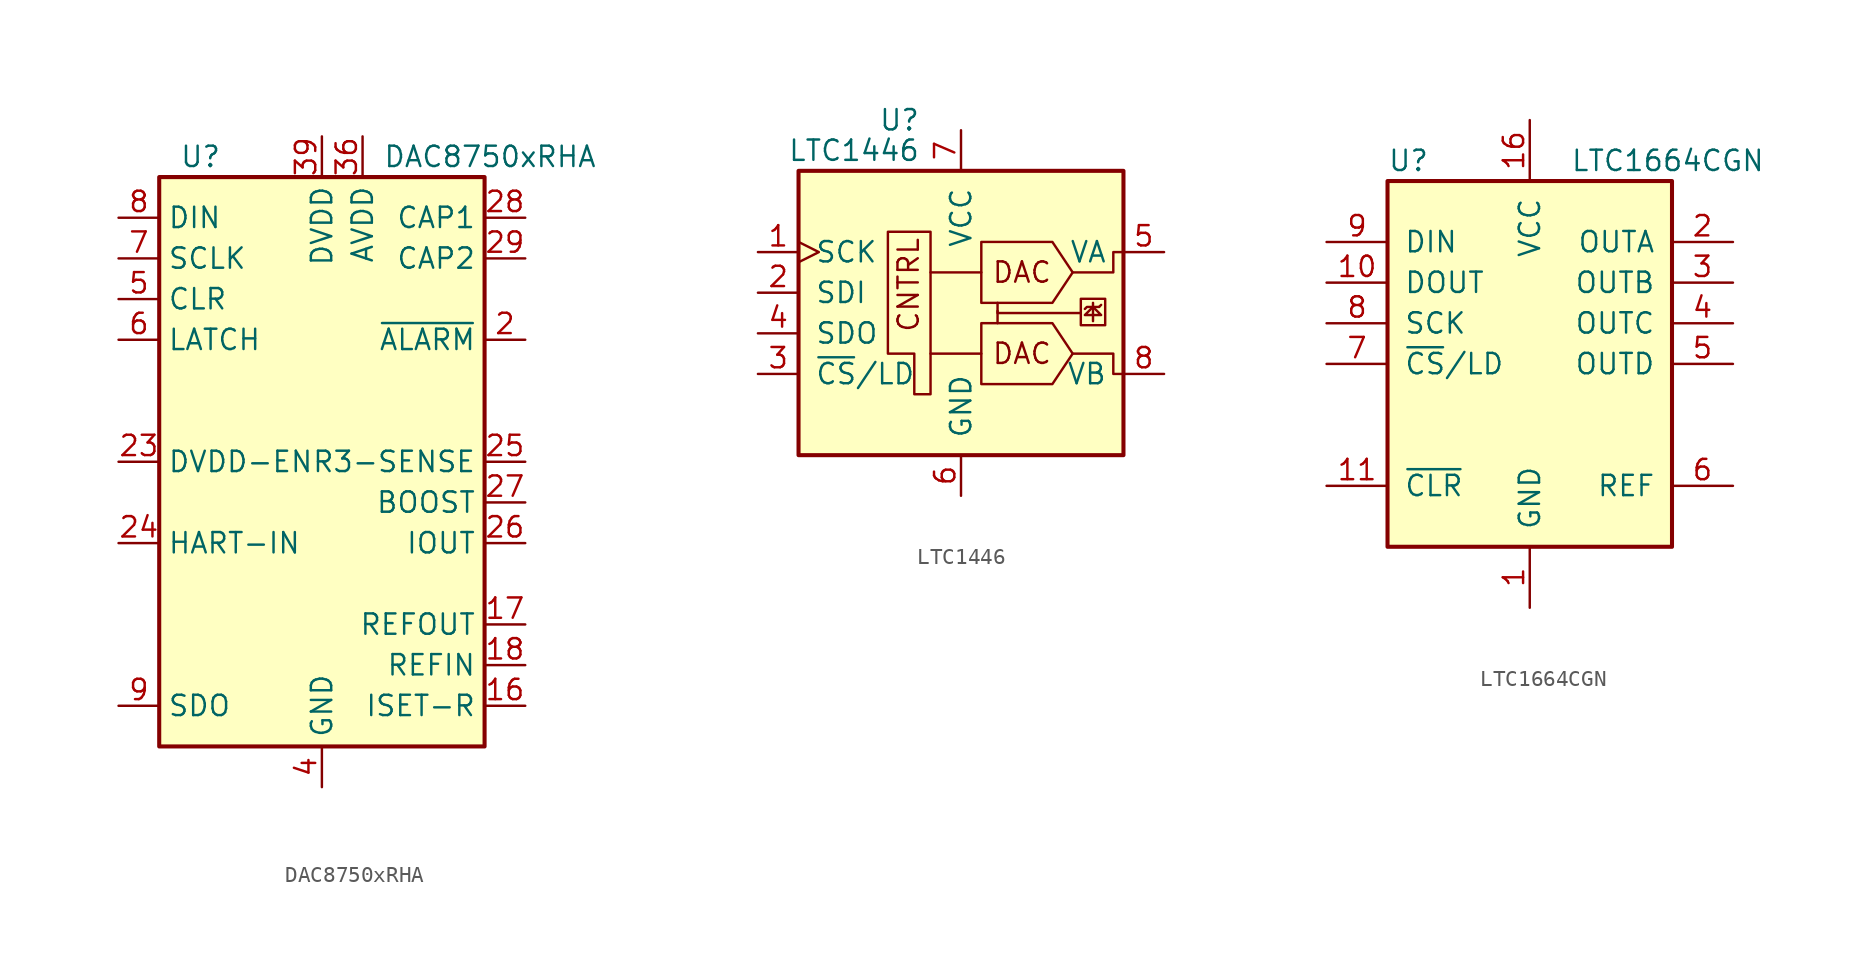
<source format=kicad_sym>
(kicad_symbol_lib
  (version 20200908)
  (generator kicad_symbol_editor)
  (symbol "Analog_DAC:DAC8750xRHA"
    (property "Reference" "U"
      (at -8.89 19.05 0)
      (effects (font (size 1.27 1.27)) (justify left)))
    (property "Value" "DAC8750xRHA"
      (at 3.81 19.05 0)
      (effects (font (size 1.27 1.27)) (justify left)))
    (symbol "DAC8750xRHA_1_1"
      (rectangle (start -10.16 17.78) (end 10.16 -17.78) (stroke (width 0.254)) (fill (type background)))
      (pin unconnected line (at -10.16 -2.54 0) (length 2.54) hide (name "NC" (effects (font (size 1.27 1.27)))) (number "1" (effects (font (size 1.27 1.27)))))
      (pin unconnected line (at -10.16 -12.7 0) (length 2.54) hide (name "NC" (effects (font (size 1.27 1.27)))) (number "10" (effects (font (size 1.27 1.27)))))
      (pin unconnected line (at -5.08 17.78 270) (length 2.54) hide (name "NC" (effects (font (size 1.27 1.27)))) (number "11" (effects (font (size 1.27 1.27)))))
      (pin passive line (at 0 -20.32 90) (length 2.54) hide (name "GND" (effects (font (size 1.27 1.27)))) (number "12" (effects (font (size 1.27 1.27)))))
      (pin passive line (at 0 -20.32 90) (length 2.54) hide (name "GND" (effects (font (size 1.27 1.27)))) (number "13" (effects (font (size 1.27 1.27)))))
      (pin passive line (at 0 -20.32 90) (length 2.54) hide (name "GND" (effects (font (size 1.27 1.27)))) (number "14" (effects (font (size 1.27 1.27)))))
      (pin passive line (at 0 -20.32 90) (length 2.54) hide (name "GND" (effects (font (size 1.27 1.27)))) (number "15" (effects (font (size 1.27 1.27)))))
      (pin passive line (at 12.7 -15.24 180) (length 2.54) (name "ISET-R" (effects (font (size 1.27 1.27)))) (number "16" (effects (font (size 1.27 1.27)))))
      (pin output line (at 12.7 -10.16 180) (length 2.54) (name "REFOUT" (effects (font (size 1.27 1.27)))) (number "17" (effects (font (size 1.27 1.27)))))
      (pin input line (at 12.7 -12.7 180) (length 2.54) (name "REFIN" (effects (font (size 1.27 1.27)))) (number "18" (effects (font (size 1.27 1.27)))))
      (pin unconnected line (at 10.16 -7.62 180) (length 2.54) hide (name "NC" (effects (font (size 1.27 1.27)))) (number "19" (effects (font (size 1.27 1.27)))))
      (pin open_collector line (at 12.7 7.62 180) (length 2.54) (name "~ALARM" (effects (font (size 1.27 1.27)))) (number "2" (effects (font (size 1.27 1.27)))))
      (pin unconnected line (at 10.16 10.16 180) (length 2.54) hide (name "NC" (effects (font (size 1.27 1.27)))) (number "20" (effects (font (size 1.27 1.27)))))
      (pin unconnected line (at -10.16 2.54 0) (length 2.54) hide (name "NC" (effects (font (size 1.27 1.27)))) (number "21" (effects (font (size 1.27 1.27)))))
      (pin unconnected line (at -2.54 17.78 270) (length 2.54) hide (name "NC" (effects (font (size 1.27 1.27)))) (number "22" (effects (font (size 1.27 1.27)))))
      (pin input line (at -12.7 0 0) (length 2.54) (name "DVDD-EN" (effects (font (size 1.27 1.27)))) (number "23" (effects (font (size 1.27 1.27)))))
      (pin input line (at -12.7 -5.08 0) (length 2.54) (name "HART-IN" (effects (font (size 1.27 1.27)))) (number "24" (effects (font (size 1.27 1.27)))))
      (pin output line (at 12.7 0 180) (length 2.54) (name "R3-SENSE" (effects (font (size 1.27 1.27)))) (number "25" (effects (font (size 1.27 1.27)))))
      (pin output line (at 12.7 -5.08 180) (length 2.54) (name "IOUT" (effects (font (size 1.27 1.27)))) (number "26" (effects (font (size 1.27 1.27)))))
      (pin output line (at 12.7 -2.54 180) (length 2.54) (name "BOOST" (effects (font (size 1.27 1.27)))) (number "27" (effects (font (size 1.27 1.27)))))
      (pin passive line (at 12.7 15.24 180) (length 2.54) (name "CAP1" (effects (font (size 1.27 1.27)))) (number "28" (effects (font (size 1.27 1.27)))))
      (pin passive line (at 12.7 12.7 180) (length 2.54) (name "CAP2" (effects (font (size 1.27 1.27)))) (number "29" (effects (font (size 1.27 1.27)))))
      (pin passive line (at 0 -20.32 90) (length 2.54) hide (name "GND" (effects (font (size 1.27 1.27)))) (number "3" (effects (font (size 1.27 1.27)))))
      (pin unconnected line (at -5.08 -17.78 90) (length 2.54) hide (name "NC" (effects (font (size 1.27 1.27)))) (number "30" (effects (font (size 1.27 1.27)))))
      (pin unconnected line (at -2.54 -17.78 90) (length 2.54) hide (name "NC" (effects (font (size 1.27 1.27)))) (number "31" (effects (font (size 1.27 1.27)))))
      (pin unconnected line (at 2.54 -17.78 90) (length 2.54) hide (name "NC" (effects (font (size 1.27 1.27)))) (number "32" (effects (font (size 1.27 1.27)))))
      (pin unconnected line (at 5.08 -17.78 90) (length 2.54) hide (name "NC" (effects (font (size 1.27 1.27)))) (number "33" (effects (font (size 1.27 1.27)))))
      (pin unconnected line (at 10.16 2.54 180) (length 2.54) hide (name "NC" (effects (font (size 1.27 1.27)))) (number "34" (effects (font (size 1.27 1.27)))))
      (pin unconnected line (at 10.16 5.08 180) (length 2.54) hide (name "NC" (effects (font (size 1.27 1.27)))) (number "35" (effects (font (size 1.27 1.27)))))
      (pin power_in line (at 2.54 20.32 270) (length 2.54) (name "AVDD" (effects (font (size 1.27 1.27)))) (number "36" (effects (font (size 1.27 1.27)))))
      (pin passive line (at 0 -20.32 90) (length 2.54) hide (name "GND" (effects (font (size 1.27 1.27)))) (number "37" (effects (font (size 1.27 1.27)))))
      (pin unconnected line (at -10.16 -10.16 0) (length 2.54) hide (name "NC" (effects (font (size 1.27 1.27)))) (number "38" (effects (font (size 1.27 1.27)))))
      (pin power_in line (at 0 20.32 270) (length 2.54) (name "DVDD" (effects (font (size 1.27 1.27)))) (number "39" (effects (font (size 1.27 1.27)))))
      (pin power_in line (at 0 -20.32 90) (length 2.54) (name "GND" (effects (font (size 1.27 1.27)))) (number "4" (effects (font (size 1.27 1.27)))))
      (pin unconnected line (at -10.16 -7.62 0) (length 2.54) hide (name "NC" (effects (font (size 1.27 1.27)))) (number "40" (effects (font (size 1.27 1.27)))))
      (pin passive line (at 0 -20.32 90) (length 2.54) hide (name "GND" (effects (font (size 1.27 1.27)))) (number "41" (effects (font (size 1.27 1.27)))))
      (pin input line (at -12.7 10.16 0) (length 2.54) (name "CLR" (effects (font (size 1.27 1.27)))) (number "5" (effects (font (size 1.27 1.27)))))
      (pin input line (at -12.7 7.62 0) (length 2.54) (name "LATCH" (effects (font (size 1.27 1.27)))) (number "6" (effects (font (size 1.27 1.27)))))
      (pin input line (at -12.7 12.7 0) (length 2.54) (name "SCLK" (effects (font (size 1.27 1.27)))) (number "7" (effects (font (size 1.27 1.27)))))
      (pin input line (at -12.7 15.24 0) (length 2.54) (name "DIN" (effects (font (size 1.27 1.27)))) (number "8" (effects (font (size 1.27 1.27)))))
      (pin output line (at -12.7 -15.24 0) (length 2.54) (name "SDO" (effects (font (size 1.27 1.27)))) (number "9" (effects (font (size 1.27 1.27)))))))
  (symbol "Analog_DAC:LTC1446"
    (pin_names
      (offset 1.016))
    (property "Reference" "U"
      (at -2.54 10.795 0)
      (effects (font (size 1.27 1.27)) (justify right)))
    (property "Value" "LTC1446"
      (at -2.54 8.89 0)
      (effects (font (size 1.27 1.27)) (justify right)))
    (symbol "LTC1446_0_0"
      (text "CNTRL" (at -2.54 -2.54 900) (effects (font (size 1.27 1.27)) (justify left bottom)))
      (text "DAC" (at 3.81 -3.81 0) (effects (font (size 1.27 1.27))))
      (text "DAC" (at 3.81 1.27 0) (effects (font (size 1.27 1.27))))
      (rectangle (start 9.017 -0.381) (end 7.493 -2.032) (stroke (width 0)) (fill (type none)))
      (polyline (pts (xy 2.286 -1.143) (xy 2.286 -1.905)) (stroke (width 0)) (fill (type none)))
      (polyline (pts (xy 8.255 -1.778) (xy 8.255 -0.635)) (stroke (width 0)) (fill (type none)))
      (polyline (pts (xy 8.636 -0.889) (xy 8.763 -0.762)) (stroke (width 0)) (fill (type none)))
      (polyline (pts (xy 7.493 -1.27) (xy 2.286 -1.27) (xy 2.286 -0.635)) (stroke (width 0)) (fill (type none)))
      (polyline (pts (xy 8.636 -0.889) (xy 7.874 -0.889) (xy 7.747 -1.016)) (stroke (width 0)) (fill (type none)))
      (polyline (pts (xy 6.985 -3.81) (xy 9.525 -3.81) (xy 9.525 -5.08) (xy 10.16 -5.08)) (stroke (width 0)) (fill (type none)))
      (polyline (pts (xy 6.985 1.27) (xy 9.525 1.27) (xy 9.525 2.54) (xy 10.16 2.54)) (stroke (width 0)) (fill (type none)))
      (polyline (pts (xy 8.255 -0.889) (xy 8.763 -1.397) (xy 7.747 -1.397) (xy 8.255 -0.889)) (stroke (width 0)) (fill (type none))))
    (symbol "LTC1446_0_1"
      (rectangle (start -10.16 7.62) (end 10.16 -10.16) (stroke (width 0.254)) (fill (type background)))
      (polyline (pts (xy 1.27 -3.81) (xy -1.905 -3.81)) (stroke (width 0)) (fill (type none)))
      (polyline (pts (xy 1.27 1.27) (xy -1.905 1.27)) (stroke (width 0)) (fill (type none)))
      (polyline (pts (xy 6.985 -3.81) (xy 5.715 -1.905) (xy 1.27 -1.905) (xy 1.27 -5.715) (xy 5.715 -5.715) (xy 6.985 -3.81)) (stroke (width 0)) (fill (type none)))
      (polyline (pts (xy 6.985 1.27) (xy 5.715 3.175) (xy 1.27 3.175) (xy 1.27 -0.635) (xy 5.715 -0.635) (xy 6.985 1.27)) (stroke (width 0)) (fill (type none)))
      (polyline (pts (xy -1.905 3.81) (xy -4.572 3.81) (xy -4.572 -3.81) (xy -2.921 -3.81) (xy -2.921 -6.35) (xy -1.905 -6.35) (xy -1.905 3.81)) (stroke (width 0)) (fill (type none))))
    (symbol "LTC1446_1_1"
      (pin input clock (at -12.7 2.54 0) (length 2.54) (name "SCK" (effects (font (size 1.27 1.27)))) (number "1" (effects (font (size 1.27 1.27)))))
      (pin input line (at -12.7 0 0) (length 2.54) (name "SDI" (effects (font (size 1.27 1.27)))) (number "2" (effects (font (size 1.27 1.27)))))
      (pin input line (at -12.7 -5.08 0) (length 2.54) (name "~CS~/LD" (effects (font (size 1.27 1.27)))) (number "3" (effects (font (size 1.27 1.27)))))
      (pin output line (at -12.7 -2.54 0) (length 2.54) (name "SDO" (effects (font (size 1.27 1.27)))) (number "4" (effects (font (size 1.27 1.27)))))
      (pin output line (at 12.7 2.54 180) (length 2.54) (name "VA" (effects (font (size 1.27 1.27)))) (number "5" (effects (font (size 1.27 1.27)))))
      (pin power_in line (at 0 -12.7 90) (length 2.54) (name "GND" (effects (font (size 1.27 1.27)))) (number "6" (effects (font (size 1.27 1.27)))))
      (pin power_in line (at 0 10.16 270) (length 2.54) (name "VCC" (effects (font (size 1.27 1.27)))) (number "7" (effects (font (size 1.27 1.27)))))
      (pin output line (at 12.7 -5.08 180) (length 2.54) (name "VB" (effects (font (size 1.27 1.27)))) (number "8" (effects (font (size 1.27 1.27)))))))
  (symbol "Analog_DAC:LTC1664CGN"
    (pin_names
      (offset 1.016))
    (property "Reference" "U"
      (at -8.89 12.7 0)
      (effects (font (size 1.27 1.27)) (justify left)))
    (property "Value" "LTC1664CGN"
      (at 2.54 12.7 0)
      (effects (font (size 1.27 1.27)) (justify left)))
    (symbol "LTC1664CGN_0_1"
      (rectangle (start -8.89 11.43) (end 8.89 -11.43) (stroke (width 0.254)) (fill (type background))))
    (symbol "LTC1664CGN_1_1"
      (pin power_in line (at 0 -15.24 90) (length 3.81) (name "GND" (effects (font (size 1.27 1.27)))) (number "1" (effects (font (size 1.27 1.27)))))
      (pin output line (at -12.7 5.08 0) (length 3.81) (name "DOUT" (effects (font (size 1.27 1.27)))) (number "10" (effects (font (size 1.27 1.27)))))
      (pin input line (at -12.7 -7.62 0) (length 3.81) (name "~CLR" (effects (font (size 1.27 1.27)))) (number "11" (effects (font (size 1.27 1.27)))))
      (pin unconnected line (at -5.08 -15.24 90) (length 3.81) hide (name "NC" (effects (font (size 1.27 1.27)))) (number "12" (effects (font (size 1.27 1.27)))))
      (pin unconnected line (at -2.54 -15.24 90) (length 3.81) hide (name "NC" (effects (font (size 1.27 1.27)))) (number "13" (effects (font (size 1.27 1.27)))))
      (pin unconnected line (at 2.54 -15.24 90) (length 3.81) hide (name "NC" (effects (font (size 1.27 1.27)))) (number "14" (effects (font (size 1.27 1.27)))))
      (pin unconnected line (at 5.08 -15.24 90) (length 3.81) hide (name "NC" (effects (font (size 1.27 1.27)))) (number "15" (effects (font (size 1.27 1.27)))))
      (pin power_in line (at 0 15.24 270) (length 3.81) (name "VCC" (effects (font (size 1.27 1.27)))) (number "16" (effects (font (size 1.27 1.27)))))
      (pin output line (at 12.7 7.62 180) (length 3.81) (name "OUTA" (effects (font (size 1.27 1.27)))) (number "2" (effects (font (size 1.27 1.27)))))
      (pin output line (at 12.7 5.08 180) (length 3.81) (name "OUTB" (effects (font (size 1.27 1.27)))) (number "3" (effects (font (size 1.27 1.27)))))
      (pin output line (at 12.7 2.54 180) (length 3.81) (name "OUTC" (effects (font (size 1.27 1.27)))) (number "4" (effects (font (size 1.27 1.27)))))
      (pin output line (at 12.7 0 180) (length 3.81) (name "OUTD" (effects (font (size 1.27 1.27)))) (number "5" (effects (font (size 1.27 1.27)))))
      (pin input line (at 12.7 -7.62 180) (length 3.81) (name "REF" (effects (font (size 1.27 1.27)))) (number "6" (effects (font (size 1.27 1.27)))))
      (pin input line (at -12.7 0 0) (length 3.81) (name "~CS~/LD" (effects (font (size 1.27 1.27)))) (number "7" (effects (font (size 1.27 1.27)))))
      (pin input line (at -12.7 2.54 0) (length 3.81) (name "SCK" (effects (font (size 1.27 1.27)))) (number "8" (effects (font (size 1.27 1.27)))))
      (pin input line (at -12.7 7.62 0) (length 3.81) (name "DIN" (effects (font (size 1.27 1.27)))) (number "9" (effects (font (size 1.27 1.27))))))))
</source>
